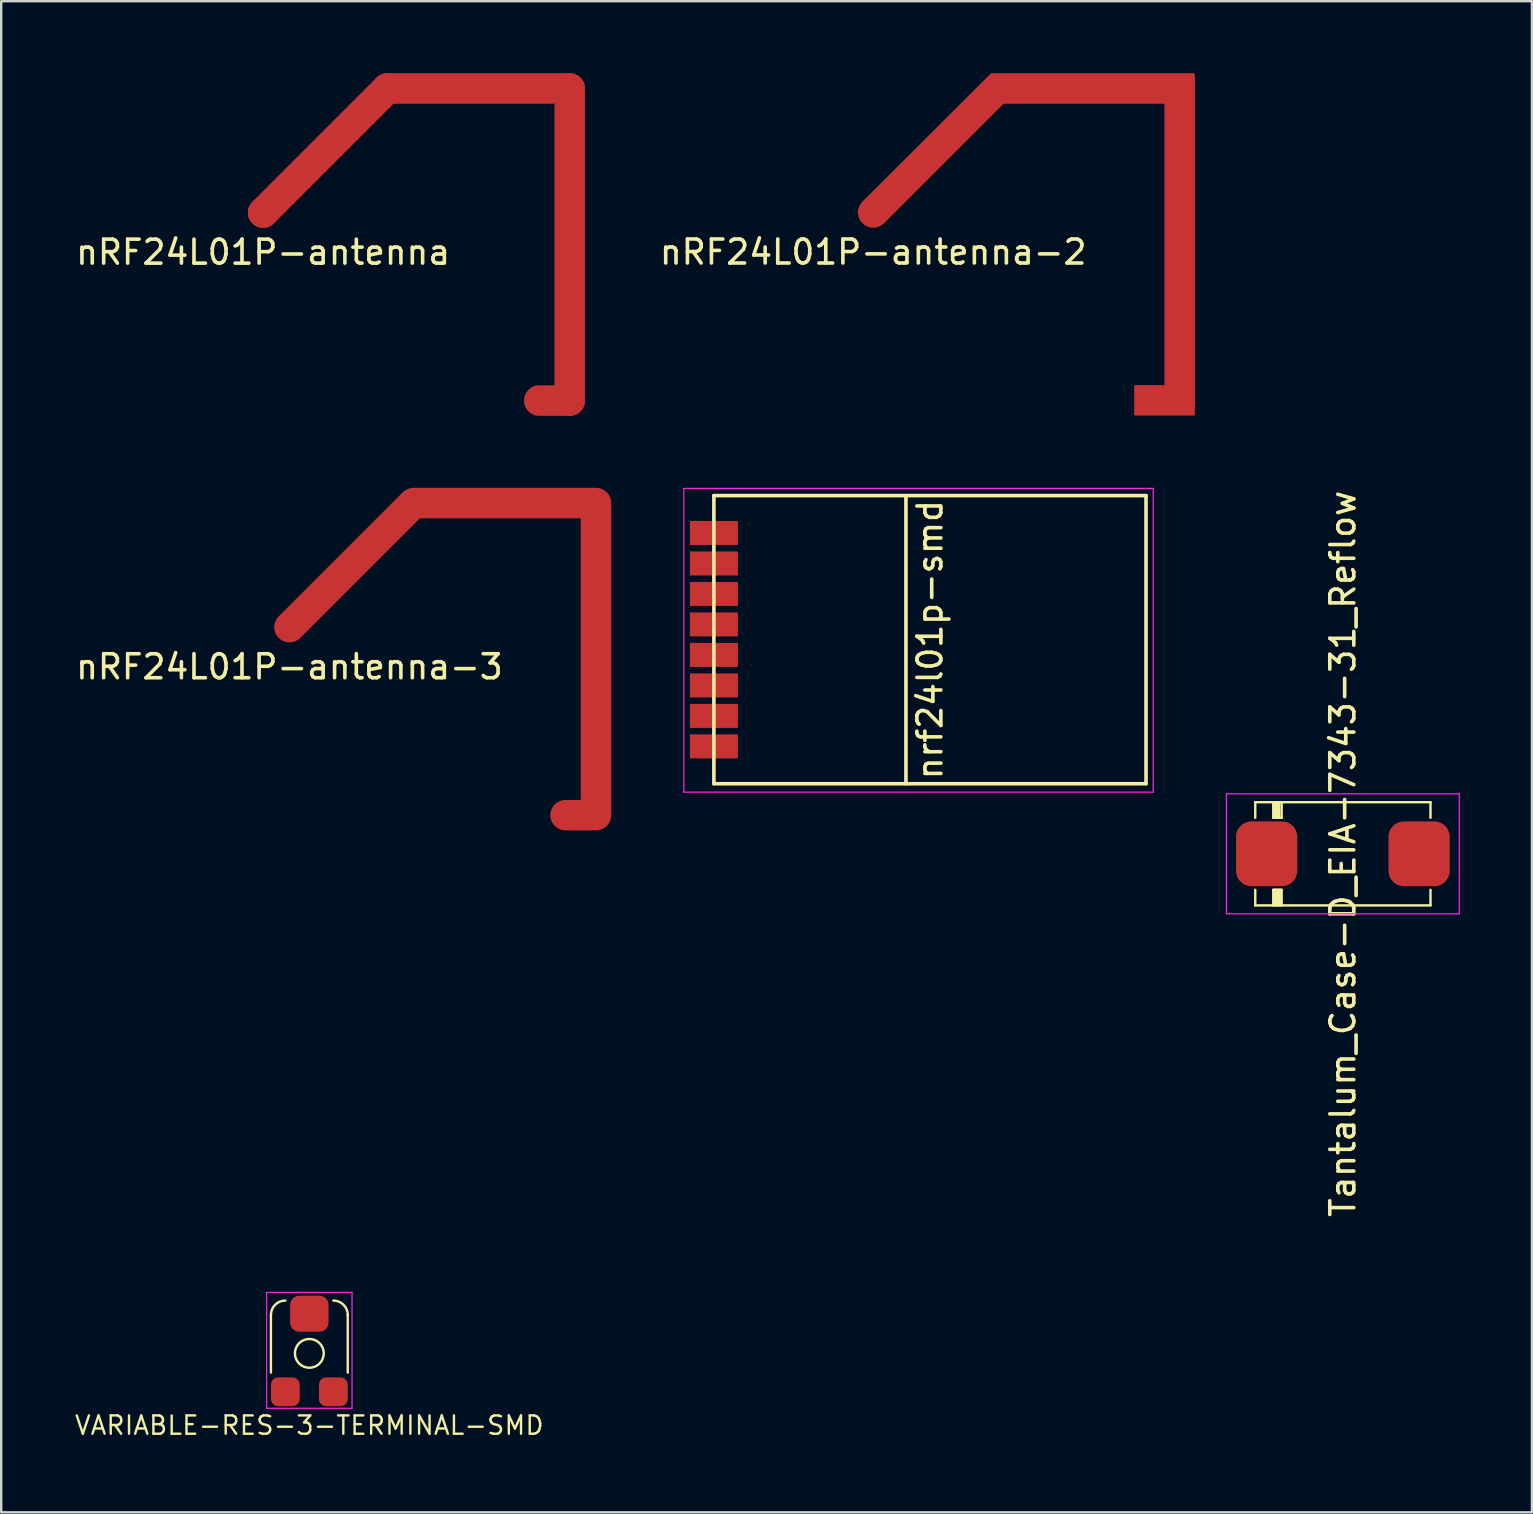
<source format=kicad_pcb>
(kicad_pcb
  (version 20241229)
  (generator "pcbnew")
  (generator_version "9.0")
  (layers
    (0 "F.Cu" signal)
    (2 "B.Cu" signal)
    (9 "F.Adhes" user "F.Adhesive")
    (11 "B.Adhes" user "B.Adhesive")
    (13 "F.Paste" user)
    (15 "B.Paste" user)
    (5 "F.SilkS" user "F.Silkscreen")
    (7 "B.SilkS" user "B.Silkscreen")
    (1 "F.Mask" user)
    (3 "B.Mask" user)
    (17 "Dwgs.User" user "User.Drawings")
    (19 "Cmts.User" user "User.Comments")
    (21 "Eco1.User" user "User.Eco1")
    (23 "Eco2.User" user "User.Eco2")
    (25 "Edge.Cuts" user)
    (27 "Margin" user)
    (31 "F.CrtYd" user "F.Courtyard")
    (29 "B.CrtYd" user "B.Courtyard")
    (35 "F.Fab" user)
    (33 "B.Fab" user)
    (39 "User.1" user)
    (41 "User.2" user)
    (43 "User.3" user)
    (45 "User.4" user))
  (footprint "nRF24L01P-antenna-2"
    (layer "F.Cu")
    (at 33.322 5.8)
    (property "Reference" "nRF24L01P-antenna-2" (at 0 1.65 0) (layer "F.SilkS") (effects (font (size 1 1) (thickness 0.15))))
    (attr through_hole)
    (fp_poly (pts (xy 13.35 8.41) (xy 10.92 8.41) (xy 10.92 7.24) (xy 12.18 7.24) (xy 12.18 -4.58) (xy 5.41 -4.58) (xy 0.41 0.42) (xy -0.41 -0.42) (xy 4.93 -5.75) (xy 13.35 -5.75)) (stroke (width 0.1) (type solid)) (fill yes) (layer "F.Cu"))
    (pad "1" smd circle (at 0 0) (size 1.27 1.27) (layers "F.Cu")))
  (footprint "nrf24l01p-smd"
    (layer "F.Cu")
    (at 35.686 23.595)
    (property "Reference" "nrf24l01p-smd" (at 0 0 270) (layer "F.SilkS") (effects (font (size 1 1) (thickness 0.15))))
    (attr smd)
    (fp_line (start -9 -6) (end 9 -6) (stroke (width 0.15) (type solid)) (layer "F.SilkS"))
    (fp_line (start -9 6) (end -9 -6) (stroke (width 0.15) (type solid)) (layer "F.SilkS"))
    (fp_line (start -1 -6) (end -1 6) (stroke (width 0.15) (type solid)) (layer "F.SilkS"))
    (fp_line (start 9 -6) (end 9 6) (stroke (width 0.15) (type solid)) (layer "F.SilkS"))
    (fp_line (start 9 6) (end -9 6) (stroke (width 0.15) (type solid)) (layer "F.SilkS"))
    (fp_line (start -10.25 -6.3) (end 9.3 -6.3) (stroke (width 0.05) (type solid)) (layer "F.CrtYd"))
    (fp_line (start -10.25 6.35) (end -10.25 -6.3) (stroke (width 0.05) (type solid)) (layer "F.CrtYd"))
    (fp_line (start 9.3 -6.3) (end 9.3 6.35) (stroke (width 0.05) (type solid)) (layer "F.CrtYd"))
    (fp_line (start 9.3 6.35) (end -10.25 6.35) (stroke (width 0.05) (type solid)) (layer "F.CrtYd"))
    (pad "1" smd rect (at -9 -4.445) (size 2 1) (layers "F.Cu" "F.Mask"))
    (pad "2" smd rect (at -9 -3.175) (size 2 1) (layers "F.Cu" "F.Mask"))
    (pad "3" smd rect (at -9 -1.905) (size 2 1) (layers "F.Cu" "F.Mask"))
    (pad "4" smd rect (at -9 -0.635) (size 2 1) (layers "F.Cu" "F.Mask"))
    (pad "5" smd rect (at -9 0.635) (size 2 1) (layers "F.Cu" "F.Mask"))
    (pad "6" smd rect (at -9 1.905) (size 2 1) (layers "F.Cu" "F.Mask"))
    (pad "7" smd rect (at -9 3.175) (size 2 1) (layers "F.Cu" "F.Mask"))
    (pad "8" smd rect (at -9 4.445) (size 2 1) (layers "F.Cu" "F.Mask")))
  (footprint "Tantalum_Case-D_EIA-7343-31_Reflow"
    (layer "F.Cu")
    (at 52.886 32.514)
    (property "Reference" "Tantalum_Case-D_EIA-7343-31_Reflow" (at 0 0 90) (layer "F.SilkS") (effects (font (size 1 1) (thickness 0.15))))
    (attr smd)
    (fp_line (start -3.65 -2.15) (end 3.65 -2.15) (stroke (width 0.1) (type solid)) (layer "F.SilkS"))
    (fp_line (start -3.65 -1.5) (end -3.65 -2.15) (stroke (width 0.1) (type solid)) (layer "F.SilkS"))
    (fp_line (start -3.65 2.15) (end -3.65 1.5) (stroke (width 0.1) (type solid)) (layer "F.SilkS"))
    (fp_line (start -2.9 -2.15) (end -2.55 -2.15) (stroke (width 0.1) (type solid)) (layer "F.SilkS"))
    (fp_line (start -2.9 -1.5) (end -2.9 -2.15) (stroke (width 0.1) (type solid)) (layer "F.SilkS"))
    (fp_line (start -2.9 1.5) (end -2.55 1.5) (stroke (width 0.1) (type solid)) (layer "F.SilkS"))
    (fp_line (start -2.9 2.15) (end -2.9 1.5) (stroke (width 0.1) (type solid)) (layer "F.SilkS"))
    (fp_line (start -2.85 -1.5) (end -2.85 -2.15) (stroke (width 0.1) (type solid)) (layer "F.SilkS"))
    (fp_line (start -2.85 1.5) (end -2.85 2.15) (stroke (width 0.1) (type solid)) (layer "F.SilkS"))
    (fp_line (start -2.8 -1.5) (end -2.8 -2.15) (stroke (width 0.1) (type solid)) (layer "F.SilkS"))
    (fp_line (start -2.8 1.5) (end -2.8 2.15) (stroke (width 0.1) (type solid)) (layer "F.SilkS"))
    (fp_line (start -2.75 -1.5) (end -2.75 -2.15) (stroke (width 0.1) (type solid)) (layer "F.SilkS"))
    (fp_line (start -2.75 1.5) (end -2.75 2.15) (stroke (width 0.1) (type solid)) (layer "F.SilkS"))
    (fp_line (start -2.7 -1.5) (end -2.7 -2.15) (stroke (width 0.1) (type solid)) (layer "F.SilkS"))
    (fp_line (start -2.7 1.5) (end -2.7 2.15) (stroke (width 0.1) (type solid)) (layer "F.SilkS"))
    (fp_line (start -2.65 -1.5) (end -2.65 -2.15) (stroke (width 0.1) (type solid)) (layer "F.SilkS"))
    (fp_line (start -2.65 1.5) (end -2.65 2.15) (stroke (width 0.1) (type solid)) (layer "F.SilkS"))
    (fp_line (start -2.6 1.5) (end -2.6 2.15) (stroke (width 0.1) (type solid)) (layer "F.SilkS"))
    (fp_line (start -2.55 -2.15) (end -2.55 -1.5) (stroke (width 0.1) (type solid)) (layer "F.SilkS"))
    (fp_line (start -2.55 -1.5) (end -2.9 -1.5) (stroke (width 0.1) (type solid)) (layer "F.SilkS"))
    (fp_line (start -2.55 1.5) (end -2.55 2.15) (stroke (width 0.1) (type solid)) (layer "F.SilkS"))
    (fp_line (start 3.65 -2.15) (end 3.65 -1.5) (stroke (width 0.1) (type solid)) (layer "F.SilkS"))
    (fp_line (start 3.65 1.5) (end 3.65 2.15) (stroke (width 0.1) (type solid)) (layer "F.SilkS"))
    (fp_line (start 3.65 2.15) (end -3.65 2.15) (stroke (width 0.1) (type solid)) (layer "F.SilkS"))
    (fp_line (start -4.85 -2.5) (end -4.85 2.5) (stroke (width 0.05) (type solid)) (layer "F.CrtYd"))
    (fp_line (start -4.85 2.5) (end 4.85 2.5) (stroke (width 0.05) (type solid)) (layer "F.CrtYd"))
    (fp_line (start 4.85 -2.5) (end -4.85 -2.5) (stroke (width 0.05) (type solid)) (layer "F.CrtYd"))
    (fp_line (start 4.85 2.5) (end 4.85 -2.5) (stroke (width 0.05) (type solid)) (layer "F.CrtYd"))
    (pad "1" smd roundrect (at -3.175 0) (size 2.55 2.7) (layers "F.Cu" "F.Mask" "F.Paste") (roundrect_rratio 0.25))
    (pad "2" smd roundrect (at 3.175 0) (size 2.55 2.7) (layers "F.Cu" "F.Mask" "F.Paste") (roundrect_rratio 0.25)))
  (footprint "nRF24L01P-antenna"
    (layer "F.Cu")
    (at 7.911 5.805)
    (property "Reference" "nRF24L01P-antenna" (at 0 1.65 0) (layer "F.SilkS") (effects (font (size 1 1) (thickness 0.15))))
    (attr through_hole)
    (fp_line (start 0 0) (end 5.17 -5.17) (stroke (width 1.27) (type solid)) (layer "F.Cu"))
    (fp_line (start 5.17 -5.17) (end 12.77 -5.17) (stroke (width 1.27) (type solid)) (layer "F.Cu"))
    (fp_line (start 12.77 -5.17) (end 12.77 7.83) (stroke (width 1.27) (type solid)) (layer "F.Cu"))
    (fp_line (start 12.77 7.83) (end 11.5 7.83) (stroke (width 1.27) (type solid)) (layer "F.Cu"))
    (pad "1" smd circle (at 0 0) (size 1.27 1.27) (layers "F.Cu")))
  (footprint "nRF24L01P-antenna-3"
    (layer "F.Cu")
    (at 9.006 23.075)
    (property "Reference" "nRF24L01P-antenna-3" (at 0 1.65 0) (layer "F.SilkS") (effects (font (size 1 1) (thickness 0.15))))
    (attr through_hole)
    (pad "1" smd custom (at 0 0) (size 1.27 1.27) (layers "F.Cu") (options (anchor circle)) (primitives (gr_line (start 12.77 7.83) (end 11.5 7.83) (width 1.27)) (gr_line (start 5.17 -5.17) (end 12.77 -5.17) (width 1.27)) (gr_line (start 0 0) (end 5.17 -5.17) (width 1.27)) (gr_line (start 12.77 -5.17) (end 12.77 7.83) (width 1.27)))))
  (footprint "VARIABLE-RES-3-TERMINAL-SMD"
    (layer "F.Cu")
    (at 9.835 53.323)
    (property "Reference" "VARIABLE-RES-3-TERMINAL-SMD" (at 0 3 0) (layer "F.SilkS") (effects (font (size 0.762 0.762) (thickness 0.1))))
    (attr smd)
    (fp_line (start -1.6 -1.6) (end -1.6 0.8) (stroke (width 0.1) (type solid)) (layer "F.SilkS"))
    (fp_line (start 1.6 0.8) (end 1.6 -1.6) (stroke (width 0.1) (type solid)) (layer "F.SilkS"))
    (fp_arc (start -1.6 -1.6) (mid -1.424264 -2.024264) (end -1 -2.2) (stroke (width 0.1) (type solid)) (layer "F.SilkS"))
    (fp_arc (start 1 -2.2) (mid 1.424264 -2.024264) (end 1.6 -1.6) (stroke (width 0.1) (type solid)) (layer "F.SilkS"))
    (fp_circle (center 0 0) (end 0.6 0) (stroke (width 0.1) (type solid)) (fill no) (layer "F.SilkS"))
    (fp_line (start -1.778 -2.54) (end 1.778 -2.54) (stroke (width 0.05) (type solid)) (layer "F.CrtYd"))
    (fp_line (start -1.778 2.286) (end -1.778 -2.54) (stroke (width 0.05) (type solid)) (layer "F.CrtYd"))
    (fp_line (start 1.778 -2.54) (end 1.778 2.286) (stroke (width 0.05) (type solid)) (layer "F.CrtYd"))
    (fp_line (start 1.778 2.286) (end -1.778 2.286) (stroke (width 0.05) (type solid)) (layer "F.CrtYd"))
    (pad "1" smd roundrect (at -1 1.6) (size 1.2 1.2) (layers "F.Cu" "F.Mask" "F.Paste") (roundrect_rratio 0.25))
    (pad "2" smd roundrect (at 0 -1.65) (size 1.6 1.5) (layers "F.Cu" "F.Mask" "F.Paste") (roundrect_rratio 0.25))
    (pad "3" smd roundrect (at 1 1.6) (size 1.2 1.2) (layers "F.Cu" "F.Mask" "F.Paste") (roundrect_rratio 0.25)))
  (gr_rect
    (start -3 -3)
    (end 60.761 59.944)
    (stroke (width 0.1) (type default))
    (fill no)
    (layer "Edge.Cuts")))
</source>
